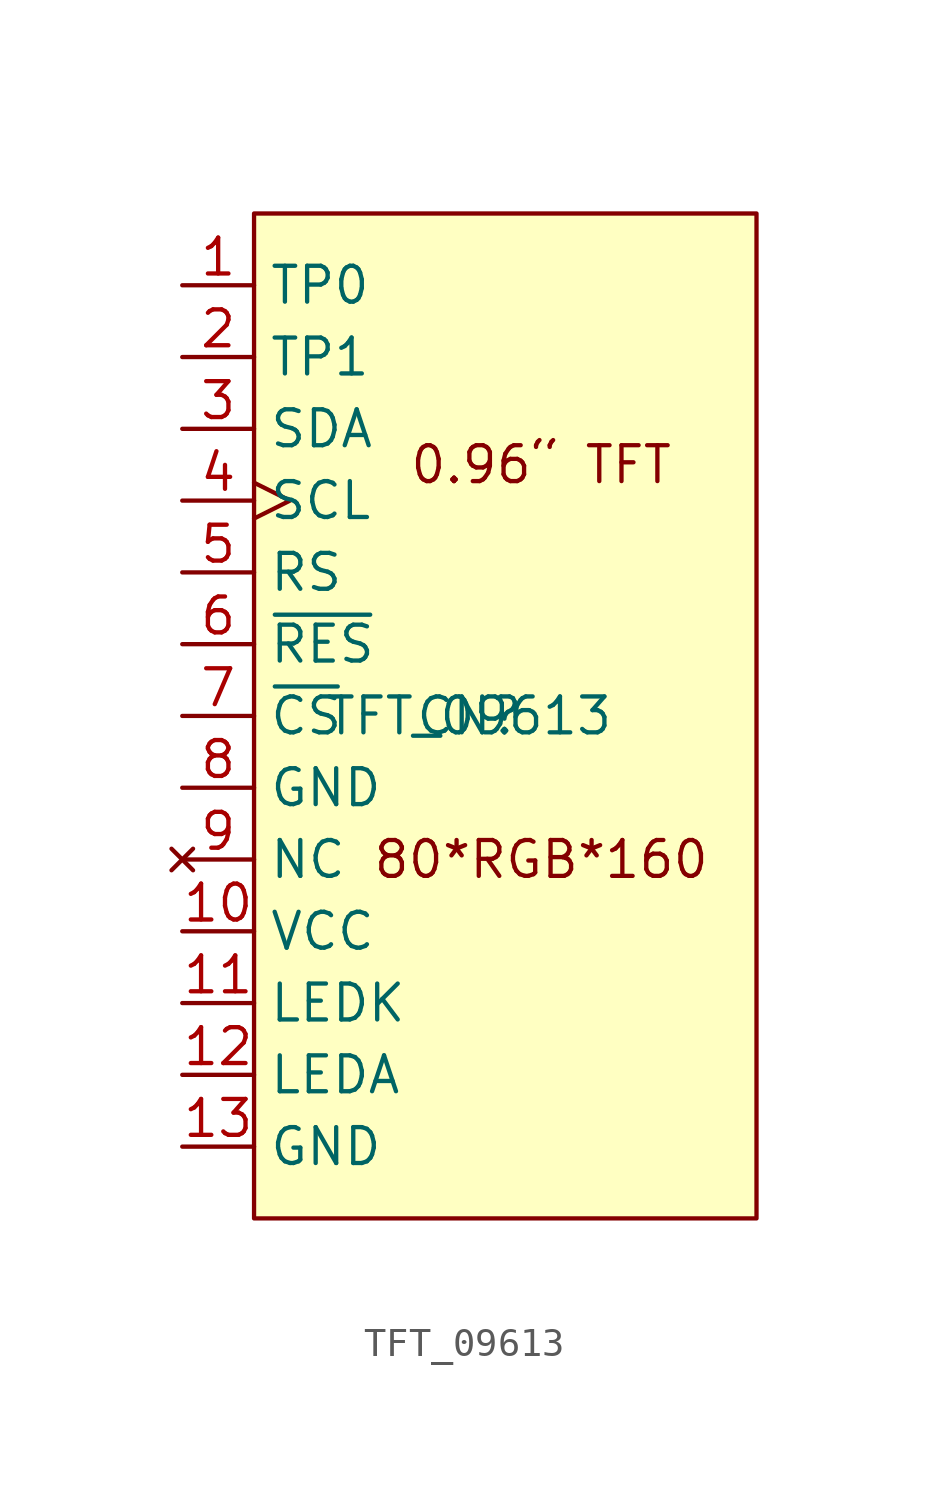
<source format=kicad_sym>
(kicad_symbol_lib
  (version 20211014)
  (generator kicad_symbol_editor)
  (symbol "TFT_09613"
    (property "Reference" "CN"
      (at 0 0 0)
      (effects (font (size 1.27 1.27))))
    (property "Value" "TFT_09613"
      (at 0 0 0)
      (effects (font (size 1.27 1.27))))
    (symbol "TFT_09613_0_0"
      (rectangle (start -7.62 17.78) (end 10.16 -17.78) (stroke (width 0) (type default) (color 0 0 0 0)) (fill (type background)))
      (text "0.96“ TFT" (at 2.54 8.89 0) (effects (font (size 1.27 1.27))))
      (text "80*RGB*160" (at 2.54 -5.08 0) (effects (font (size 1.27 1.27)))))
    (symbol "TFT_09613_1_1"
      (pin output line (at -10.16 15.24 0) (length 2.54) (name "TP0" (effects (font (size 1.27 1.27)))) (number "1" (effects (font (size 1.27 1.27)))))
      (pin power_in line (at -10.16 -7.62 0) (length 2.54) (name "VCC" (effects (font (size 1.27 1.27)))) (number "10" (effects (font (size 1.27 1.27)))))
      (pin passive line (at -10.16 -10.16 0) (length 2.54) (name "LEDK" (effects (font (size 1.27 1.27)))) (number "11" (effects (font (size 1.27 1.27)))))
      (pin passive line (at -10.16 -12.7 0) (length 2.54) (name "LEDA" (effects (font (size 1.27 1.27)))) (number "12" (effects (font (size 1.27 1.27)))))
      (pin power_in line (at -10.16 -15.24 0) (length 2.54) (name "GND" (effects (font (size 1.27 1.27)))) (number "13" (effects (font (size 1.27 1.27)))))
      (pin output line (at -10.16 12.7 0) (length 2.54) (name "TP1" (effects (font (size 1.27 1.27)))) (number "2" (effects (font (size 1.27 1.27)))))
      (pin bidirectional line (at -10.16 10.16 0) (length 2.54) (name "SDA" (effects (font (size 1.27 1.27)))) (number "3" (effects (font (size 1.27 1.27)))))
      (pin input clock (at -10.16 7.62 0) (length 2.54) (name "SCL" (effects (font (size 1.27 1.27)))) (number "4" (effects (font (size 1.27 1.27)))))
      (pin input line (at -10.16 5.08 0) (length 2.54) (name "RS" (effects (font (size 1.27 1.27)))) (number "5" (effects (font (size 1.27 1.27)))))
      (pin input line (at -10.16 2.54 0) (length 2.54) (name "~{RES}" (effects (font (size 1.27 1.27)))) (number "6" (effects (font (size 1.27 1.27)))))
      (pin input line (at -10.16 0 0) (length 2.54) (name "~{CS}" (effects (font (size 1.27 1.27)))) (number "7" (effects (font (size 1.27 1.27)))))
      (pin power_in line (at -10.16 -2.54 0) (length 2.54) (name "GND" (effects (font (size 1.27 1.27)))) (number "8" (effects (font (size 1.27 1.27)))))
      (pin no_connect line (at -10.16 -5.08 0) (length 2.54) (name "NC" (effects (font (size 1.27 1.27)))) (number "9" (effects (font (size 1.27 1.27))))))))
</source>
